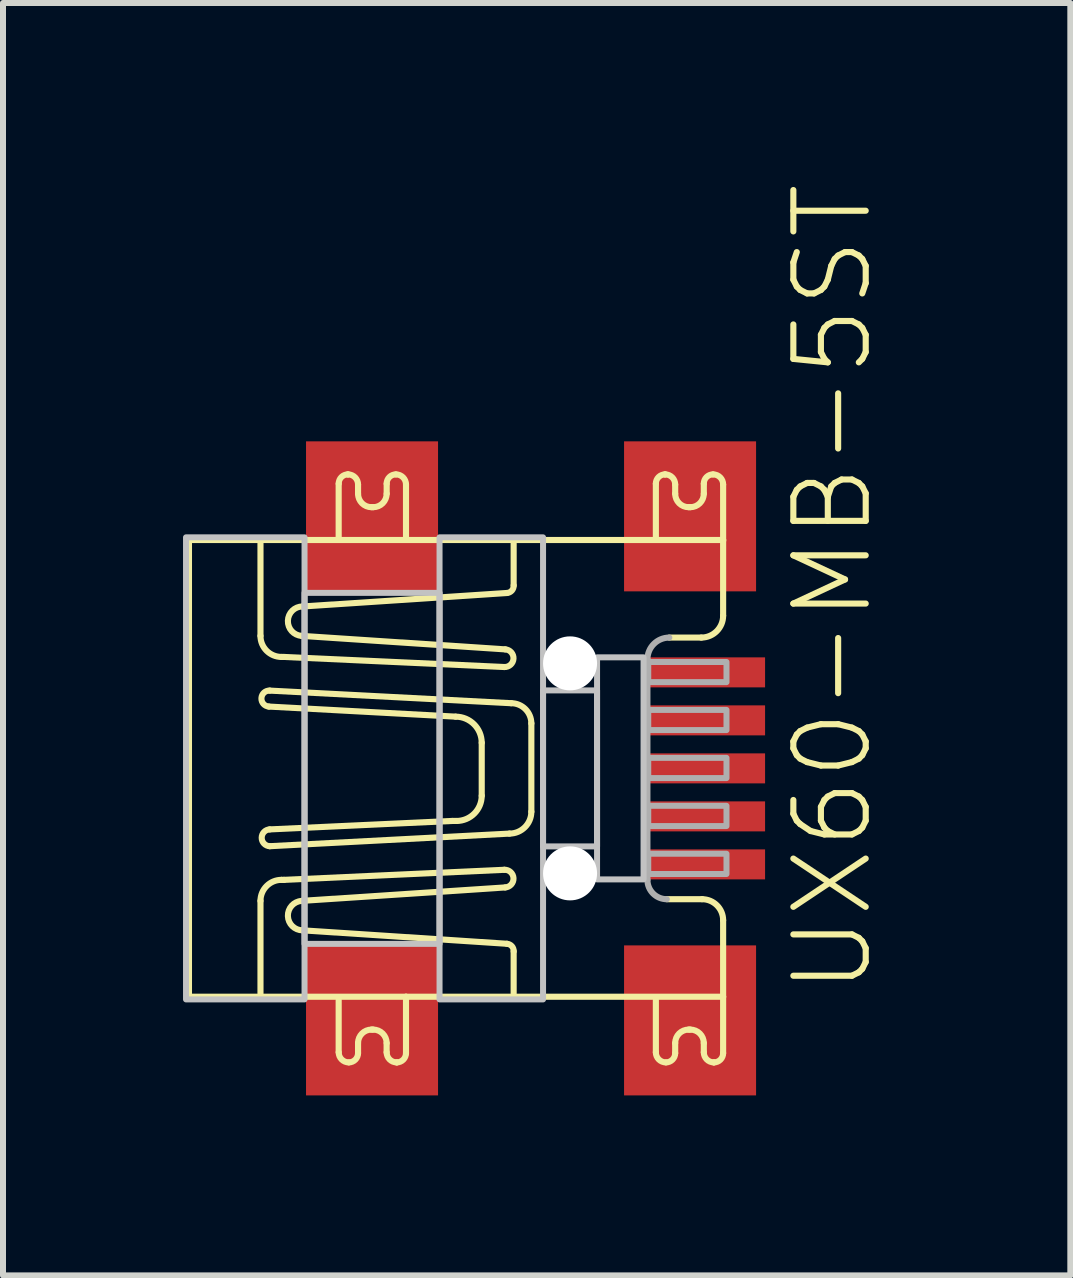
<source format=kicad_pcb>
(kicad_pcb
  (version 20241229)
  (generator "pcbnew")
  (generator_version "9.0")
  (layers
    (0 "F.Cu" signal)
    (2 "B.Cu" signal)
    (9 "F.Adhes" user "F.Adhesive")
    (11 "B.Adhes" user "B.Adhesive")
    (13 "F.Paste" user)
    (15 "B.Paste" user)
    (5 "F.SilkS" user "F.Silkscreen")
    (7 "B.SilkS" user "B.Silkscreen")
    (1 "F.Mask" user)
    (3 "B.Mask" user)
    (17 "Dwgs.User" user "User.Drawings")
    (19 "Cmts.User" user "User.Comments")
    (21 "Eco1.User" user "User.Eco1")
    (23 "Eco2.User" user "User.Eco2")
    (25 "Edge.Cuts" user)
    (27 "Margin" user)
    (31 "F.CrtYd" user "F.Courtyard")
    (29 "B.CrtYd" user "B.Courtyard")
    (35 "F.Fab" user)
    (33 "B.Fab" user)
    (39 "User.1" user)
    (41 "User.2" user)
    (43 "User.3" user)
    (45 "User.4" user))
  (footprint "UX60-MB-5ST"
    (layer "F.Cu")
    (at 6.45 9.755)
    (property "Reference" "UX60-MB-5ST" (at 5.08 3.81 90) (layer "F.SilkS") (effects (font (size 1.206 1.206) (thickness 0.102)) (justify left bottom)))
    (attr through_hole)
    (fp_line (start -6.351 -3.806) (end 2.551 -3.806) (stroke (width 0.102) (type solid)) (layer "F.SilkS"))
    (fp_line (start -6.351 3.806) (end -6.351 -3.806) (stroke (width 0.102) (type solid)) (layer "F.SilkS"))
    (fp_line (start -5.159 -3.75) (end -5.159 -2.208) (stroke (width 0.102) (type solid)) (layer "F.SilkS"))
    (fp_line (start -5.159 3.75) (end -5.159 2.208) (stroke (width 0.102) (type solid)) (layer "F.SilkS"))
    (fp_line (start -5.019 -1.03) (end -1.907 -0.862) (stroke (width 0.102) (type solid)) (layer "F.SilkS"))
    (fp_line (start -5.005 1.297) (end -1.01 1.087) (stroke (width 0.102) (type solid)) (layer "F.SilkS"))
    (fp_line (start -4.809 -1.857) (end -4.767 -1.857) (stroke (width 0.102) (type solid)) (layer "F.SilkS"))
    (fp_line (start -4.809 1.858) (end -4.767 1.858) (stroke (width 0.102) (type solid)) (layer "F.SilkS"))
    (fp_line (start -4.767 -1.857) (end -1.094 -1.689) (stroke (width 0.102) (type solid)) (layer "F.SilkS"))
    (fp_line (start -4.767 1.858) (end -1.094 1.69) (stroke (width 0.102) (type solid)) (layer "F.SilkS"))
    (fp_line (start -4.458 -2.698) (end -1.052 -2.923) (stroke (width 0.102) (type solid)) (layer "F.SilkS"))
    (fp_line (start -4.458 2.699) (end -1.052 2.923) (stroke (width 0.102) (type solid)) (layer "F.SilkS"))
    (fp_line (start -3.856 4.732) (end -3.856 3.862) (stroke (width 0.102) (type solid)) (layer "F.SilkS"))
    (fp_line (start -3.856 -3.806) (end -3.856 -4.745) (stroke (width 0.102) (type solid)) (layer "F.SilkS"))
    (fp_line (start -3.701 -4.899) (end -3.701 -4.899) (stroke (width 0.102) (type solid)) (layer "F.SilkS"))
    (fp_line (start -3.533 4.577) (end -3.533 4.746) (stroke (width 0.102) (type solid)) (layer "F.SilkS"))
    (fp_line (start -3.533 -4.731) (end -3.533 -4.577) (stroke (width 0.102) (type solid)) (layer "F.SilkS"))
    (fp_line (start -3.309 -4.353) (end -3.281 -4.353) (stroke (width 0.102) (type solid)) (layer "F.SilkS"))
    (fp_line (start -3.281 4.353) (end -3.309 4.353) (stroke (width 0.102) (type solid)) (layer "F.SilkS"))
    (fp_line (start -3.057 4.732) (end -3.057 4.577) (stroke (width 0.102) (type solid)) (layer "F.SilkS"))
    (fp_line (start -3.056 -4.577) (end -3.056 -4.745) (stroke (width 0.102) (type solid)) (layer "F.SilkS"))
    (fp_line (start -2.888 4.9) (end -2.888 4.9) (stroke (width 0.102) (type solid)) (layer "F.SilkS"))
    (fp_line (start -2.734 3.806) (end -6.351 3.806) (stroke (width 0.102) (type solid)) (layer "F.SilkS"))
    (fp_line (start -2.734 3.806) (end -2.734 4.746) (stroke (width 0.102) (type solid)) (layer "F.SilkS"))
    (fp_line (start -2.734 -4.731) (end -2.734 -3.862) (stroke (width 0.102) (type solid)) (layer "F.SilkS"))
    (fp_line (start -1.963 0.876) (end -5.005 1.017) (stroke (width 0.102) (type solid)) (layer "F.SilkS"))
    (fp_line (start -1.893 0.876) (end -1.963 0.876) (stroke (width 0.102) (type solid)) (layer "F.SilkS"))
    (fp_line (start -1.472 -0.427) (end -1.472 0.456) (stroke (width 0.102) (type solid)) (layer "F.SilkS"))
    (fp_line (start -1.08 -1.983) (end -4.472 -2.208) (stroke (width 0.102) (type solid)) (layer "F.SilkS"))
    (fp_line (start -1.08 1.984) (end -4.472 2.208) (stroke (width 0.102) (type solid)) (layer "F.SilkS"))
    (fp_line (start -0.982 -1.086) (end -5.005 -1.296) (stroke (width 0.102) (type solid)) (layer "F.SilkS"))
    (fp_line (start -0.94 -3.049) (end -0.94 -3.75) (stroke (width 0.102) (type solid)) (layer "F.SilkS"))
    (fp_line (start -0.94 3.049) (end -0.94 3.75) (stroke (width 0.102) (type solid)) (layer "F.SilkS"))
    (fp_line (start -0.645 0.722) (end -0.645 -0.75) (stroke (width 0.102) (type solid)) (layer "F.SilkS"))
    (fp_line (start 1.43 4.732) (end 1.43 3.862) (stroke (width 0.102) (type solid)) (layer "F.SilkS"))
    (fp_line (start 1.43 -3.806) (end 1.43 -4.745) (stroke (width 0.102) (type solid)) (layer "F.SilkS"))
    (fp_line (start 1.584 -4.899) (end 1.584 -4.899) (stroke (width 0.102) (type solid)) (layer "F.SilkS"))
    (fp_line (start 1.612 2.18) (end 2.201 2.18) (stroke (width 0.102) (type solid)) (layer "F.SilkS"))
    (fp_line (start 1.752 4.577) (end 1.752 4.746) (stroke (width 0.102) (type solid)) (layer "F.SilkS"))
    (fp_line (start 1.752 -4.731) (end 1.752 -4.577) (stroke (width 0.102) (type solid)) (layer "F.SilkS"))
    (fp_line (start 1.976 -4.353) (end 2.005 -4.353) (stroke (width 0.102) (type solid)) (layer "F.SilkS"))
    (fp_line (start 2.004 4.353) (end 1.976 4.353) (stroke (width 0.102) (type solid)) (layer "F.SilkS"))
    (fp_line (start 2.187 -2.18) (end 1.654 -2.18) (stroke (width 0.102) (type solid)) (layer "F.SilkS"))
    (fp_line (start 2.229 4.732) (end 2.229 4.577) (stroke (width 0.102) (type solid)) (layer "F.SilkS"))
    (fp_line (start 2.229 -4.577) (end 2.229 -4.745) (stroke (width 0.102) (type solid)) (layer "F.SilkS"))
    (fp_line (start 2.397 4.9) (end 2.397 4.9) (stroke (width 0.102) (type solid)) (layer "F.SilkS"))
    (fp_line (start 2.551 -3.806) (end 2.551 -2.544) (stroke (width 0.102) (type solid)) (layer "F.SilkS"))
    (fp_line (start 2.551 2.531) (end 2.551 3.806) (stroke (width 0.102) (type solid)) (layer "F.SilkS"))
    (fp_line (start 2.551 3.806) (end -2.734 3.806) (stroke (width 0.102) (type solid)) (layer "F.SilkS"))
    (fp_line (start 2.551 3.806) (end 2.551 4.746) (stroke (width 0.102) (type solid)) (layer "F.SilkS"))
    (fp_line (start 2.551 -4.731) (end 2.551 -3.792) (stroke (width 0.102) (type solid)) (layer "F.SilkS"))
    (fp_arc (start -5.1592 2.2083) (mid -5.056512 1.960488) (end -4.808701 1.857799) (stroke (width 0.1016) (type solid)) (layer "F.SilkS"))
    (fp_arc (start -5.0191 -1.0301) (mid -5.1453 -1.1703) (end -5.0051 -1.2965) (stroke (width 0.1016) (type solid)) (layer "F.SilkS"))
    (fp_arc (start -5.0051 1.297) (mid -5.138901 1.15685) (end -5.0051 1.0167) (stroke (width 0.1016) (type solid)) (layer "F.SilkS"))
    (fp_arc (start -4.808799 -1.857199) (mid -5.05667 -1.959829) (end -5.1593 -2.2077) (stroke (width 0.1016) (type solid)) (layer "F.SilkS"))
    (fp_arc (start -4.4724 -2.2077) (mid -4.701722 -2.459792) (end -4.4584 -2.698399) (stroke (width 0.1016) (type solid)) (layer "F.SilkS"))
    (fp_arc (start -4.4583 2.698999) (mid -4.701622 2.460392) (end -4.4723 2.2083) (stroke (width 0.1016) (type solid)) (layer "F.SilkS"))
    (fp_arc (start -3.8555 -4.7451) (mid -3.810447 -4.854319) (end -3.701198 -4.8993) (stroke (width 0.1016) (type solid)) (layer "F.SilkS"))
    (fp_arc (start -3.7013 -4.8993) (mid -3.582365 -4.850035) (end -3.5331 -4.7311) (stroke (width 0.1016) (type solid)) (layer "F.SilkS"))
    (fp_arc (start -3.6874 4.8999) (mid -3.806335 4.850635) (end -3.8556 4.7317) (stroke (width 0.1016) (type solid)) (layer "F.SilkS"))
    (fp_arc (start -3.5332 4.7457) (mid -3.578364 4.854736) (end -3.6874 4.8999) (stroke (width 0.1016) (type solid)) (layer "F.SilkS"))
    (fp_arc (start -3.533199 4.577501) (mid -3.467474 4.418926) (end -3.3089 4.3532) (stroke (width 0.1016) (type solid)) (layer "F.SilkS"))
    (fp_arc (start -3.308799 -4.352599) (mid -3.467433 -4.418266) (end -3.5331 -4.5769) (stroke (width 0.1016) (type solid)) (layer "F.SilkS"))
    (fp_arc (start -3.2808 4.3532) (mid -3.122137 4.418837) (end -3.0565 4.5775) (stroke (width 0.1016) (type solid)) (layer "F.SilkS"))
    (fp_arc (start -3.0564 -4.7451) (mid -3.011236 -4.854136) (end -2.9022 -4.8993) (stroke (width 0.1016) (type solid)) (layer "F.SilkS"))
    (fp_arc (start -3.0564 -4.5769) (mid -3.122037 -4.418237) (end -3.2807 -4.3526) (stroke (width 0.1016) (type solid)) (layer "F.SilkS"))
    (fp_arc (start -2.9022 -4.8993) (mid -2.783265 -4.850035) (end -2.734 -4.7311) (stroke (width 0.1016) (type solid)) (layer "F.SilkS"))
    (fp_arc (start -2.8883 4.8999) (mid -3.007235 4.850635) (end -3.0565 4.7317) (stroke (width 0.1016) (type solid)) (layer "F.SilkS"))
    (fp_arc (start -2.7341 4.7457) (mid -2.779153 4.854918) (end -2.888401 4.899899) (stroke (width 0.1016) (type solid)) (layer "F.SilkS"))
    (fp_arc (start -1.9069 -0.8619) (mid -1.599591 -0.734609) (end -1.4723 -0.4273) (stroke (width 0.1016) (type solid)) (layer "F.SilkS"))
    (fp_arc (start -1.4723 0.4559) (mid -1.595492 0.753309) (end -1.892901 0.876499) (stroke (width 0.1016) (type solid)) (layer "F.SilkS"))
    (fp_arc (start -1.0937 1.6896) (mid -0.939799 1.829813) (end -1.079698 1.983999) (stroke (width 0.1016) (type solid)) (layer "F.SilkS"))
    (fp_arc (start -1.079798 -1.983399) (mid -0.939899 -1.829213) (end -1.0938 -1.689) (stroke (width 0.1016) (type solid)) (layer "F.SilkS"))
    (fp_arc (start -1.0517 2.9233) (mid -0.96976 2.963358) (end -0.9395 3.0494) (stroke (width 0.1016) (type solid)) (layer "F.SilkS"))
    (fp_arc (start -0.981701 -1.086199) (mid -0.743789 -0.987612) (end -0.6452 -0.7497) (stroke (width 0.1016) (type solid)) (layer "F.SilkS"))
    (fp_arc (start -0.9396 -3.0488) (mid -0.969859 -2.962758) (end -1.0518 -2.9227) (stroke (width 0.1016) (type solid)) (layer "F.SilkS"))
    (fp_arc (start -0.6452 0.7223) (mid -0.75196 0.98004) (end -1.0097 1.0868) (stroke (width 0.1016) (type solid)) (layer "F.SilkS"))
    (fp_arc (start 1.4297 -4.7451) (mid 1.474782 -4.854289) (end 1.584 -4.8993) (stroke (width 0.1016) (type solid)) (layer "F.SilkS"))
    (fp_arc (start 1.5839 -4.8993) (mid 1.702835 -4.850035) (end 1.7521 -4.7311) (stroke (width 0.1016) (type solid)) (layer "F.SilkS"))
    (fp_arc (start 1.5978 4.8999) (mid 1.478865 4.850635) (end 1.4296 4.7317) (stroke (width 0.1016) (type solid)) (layer "F.SilkS"))
    (fp_arc (start 1.752 4.5775) (mid 1.817696 4.418896) (end 1.9763 4.3532) (stroke (width 0.1016) (type solid)) (layer "F.SilkS"))
    (fp_arc (start 1.752 4.7457) (mid 1.706836 4.854736) (end 1.5978 4.8999) (stroke (width 0.1016) (type solid)) (layer "F.SilkS"))
    (fp_arc (start 1.9764 -4.3526) (mid 1.817796 -4.418296) (end 1.7521 -4.5769) (stroke (width 0.1016) (type solid)) (layer "F.SilkS"))
    (fp_arc (start 2.004401 4.353199) (mid 2.163093 4.418808) (end 2.2287 4.5775) (stroke (width 0.1016) (type solid)) (layer "F.SilkS"))
    (fp_arc (start 2.2006 2.1802) (mid 2.44847 2.28283) (end 2.551099 2.530701) (stroke (width 0.1016) (type solid)) (layer "F.SilkS"))
    (fp_arc (start 2.228799 -4.576901) (mid 2.163133 -4.418267) (end 2.0045 -4.3526) (stroke (width 0.1016) (type solid)) (layer "F.SilkS"))
    (fp_arc (start 2.2288 -4.7451) (mid 2.273964 -4.854136) (end 2.383 -4.8993) (stroke (width 0.1016) (type solid)) (layer "F.SilkS"))
    (fp_arc (start 2.383 -4.8993) (mid 2.501935 -4.850035) (end 2.5512 -4.7311) (stroke (width 0.1016) (type solid)) (layer "F.SilkS"))
    (fp_arc (start 2.3969 4.8999) (mid 2.277965 4.850635) (end 2.2287 4.7317) (stroke (width 0.1016) (type solid)) (layer "F.SilkS"))
    (fp_arc (start 2.5511 -2.5442) (mid 2.44437 -2.28643) (end 2.186601 -2.179699) (stroke (width 0.1016) (type solid)) (layer "F.SilkS"))
    (fp_arc (start 2.5511 4.7457) (mid 2.506047 4.854919) (end 2.396798 4.8999) (stroke (width 0.1016) (type solid)) (layer "F.SilkS"))
    (fp_poly (pts (xy -6.4 3.85) (xy -4.425 3.85) (xy -4.425 -3.85) (xy -6.4 -3.85)) (stroke (width 0.1) (type solid)) (fill no) (layer "Dwgs.User"))
    (fp_poly (pts (xy -4.425 2.925) (xy -2.175 2.925) (xy -2.175 -2.925) (xy -4.425 -2.925)) (stroke (width 0.1) (type solid)) (fill no) (layer "Dwgs.User"))
    (fp_poly (pts (xy -2.175 3.85) (xy -0.45 3.85) (xy -0.45 -3.85) (xy -2.175 -3.85)) (stroke (width 0.1) (type solid)) (fill no) (layer "Dwgs.User"))
    (fp_poly (pts (xy -0.45 1.3) (xy 0.45 1.3) (xy 0.45 -1.3) (xy -0.45 -1.3)) (stroke (width 0.1) (type solid)) (fill no) (layer "Dwgs.User"))
    (fp_poly (pts (xy 0.45 1.85) (xy 1.225 1.85) (xy 1.225 -1.85) (xy 0.45 -1.85)) (stroke (width 0.1) (type solid)) (fill no) (layer "Dwgs.User"))
    (fp_line (start 1.289 -1.815) (end 1.289 1.858) (stroke (width 0.102) (type solid)) (layer "F.Fab"))
    (fp_arc (start 1.2894 -1.8152) (mid 1.39616 -2.07294) (end 1.6539 -2.1797) (stroke (width 0.1016) (type solid)) (layer "F.Fab"))
    (fp_arc (start 1.6118 2.1802) (mid 1.383829 2.085771) (end 1.2894 1.8578) (stroke (width 0.1016) (type solid)) (layer "F.Fab"))
    (fp_poly (pts (xy 1.303 -1.437) (xy 2.607 -1.437) (xy 2.607 -1.773) (xy 1.303 -1.773)) (stroke (width 0.1) (type solid)) (fill no) (layer "F.Fab"))
    (fp_poly (pts (xy 1.303 -0.638) (xy 2.607 -0.638) (xy 2.607 -0.974) (xy 1.303 -0.974)) (stroke (width 0.1) (type solid)) (fill no) (layer "F.Fab"))
    (fp_poly (pts (xy 1.303 0.162) (xy 2.607 0.162) (xy 2.607 -0.175) (xy 1.303 -0.175)) (stroke (width 0.1) (type solid)) (fill no) (layer "F.Fab"))
    (fp_poly (pts (xy 1.303 0.961) (xy 2.607 0.961) (xy 2.607 0.624) (xy 1.303 0.624)) (stroke (width 0.1) (type solid)) (fill no) (layer "F.Fab"))
    (fp_poly (pts (xy 1.303 1.76) (xy 2.607 1.76) (xy 2.607 1.423) (xy 1.303 1.423)) (stroke (width 0.1) (type solid)) (fill no) (layer "F.Fab"))
    (pad "" np_thru_hole circle (at 0 -1.75) (size 0.9 0.9) (drill 0.9) (layers "*.Cu" "*.Mask"))
    (pad "" np_thru_hole circle (at 0 1.75) (size 0.9 0.9) (drill 0.9) (layers "*.Cu" "*.Mask"))
    (pad "1" smd rect (at 2.25 -1.6) (size 2 0.5) (layers "F.Cu" "F.Mask" "F.Paste"))
    (pad "2" smd rect (at 2.25 -0.8) (size 2 0.5) (layers "F.Cu" "F.Mask" "F.Paste"))
    (pad "3" smd rect (at 2.25 0) (size 2 0.5) (layers "F.Cu" "F.Mask" "F.Paste"))
    (pad "4" smd rect (at 2.25 0.8) (size 2 0.5) (layers "F.Cu" "F.Mask" "F.Paste"))
    (pad "5" smd rect (at 2.25 1.6) (size 2 0.5) (layers "F.Cu" "F.Mask" "F.Paste"))
    (pad "M1" smd rect (at -3.3 4.2) (size 2.2 2.5) (layers "F.Cu" "F.Mask" "F.Paste"))
    (pad "M2" smd rect (at -3.3 -4.2) (size 2.2 2.5) (layers "F.Cu" "F.Mask" "F.Paste"))
    (pad "M3" smd rect (at 2 -4.2) (size 2.2 2.5) (layers "F.Cu" "F.Mask" "F.Paste"))
    (pad "M4" smd rect (at 2 4.2) (size 2.2 2.5) (layers "F.Cu" "F.Mask" "F.Paste")))
  (gr_rect
    (start -3 -3)
    (end 14.787 18.205)
    (stroke (width 0.1) (type default))
    (fill no)
    (layer "Edge.Cuts")))
</source>
